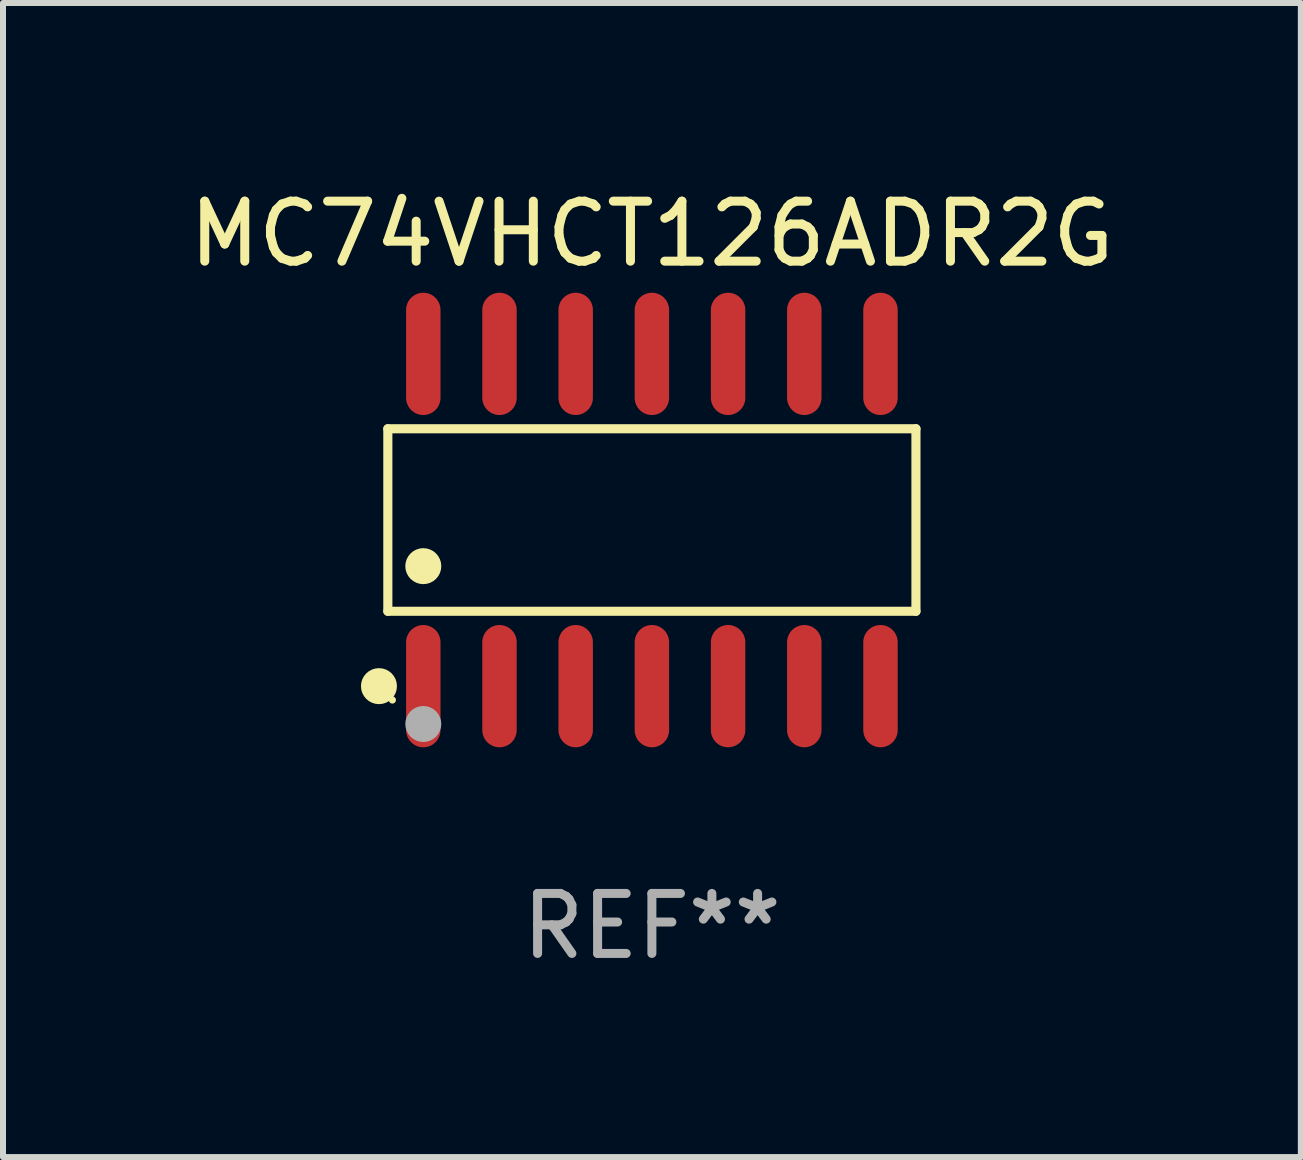
<source format=kicad_pcb>
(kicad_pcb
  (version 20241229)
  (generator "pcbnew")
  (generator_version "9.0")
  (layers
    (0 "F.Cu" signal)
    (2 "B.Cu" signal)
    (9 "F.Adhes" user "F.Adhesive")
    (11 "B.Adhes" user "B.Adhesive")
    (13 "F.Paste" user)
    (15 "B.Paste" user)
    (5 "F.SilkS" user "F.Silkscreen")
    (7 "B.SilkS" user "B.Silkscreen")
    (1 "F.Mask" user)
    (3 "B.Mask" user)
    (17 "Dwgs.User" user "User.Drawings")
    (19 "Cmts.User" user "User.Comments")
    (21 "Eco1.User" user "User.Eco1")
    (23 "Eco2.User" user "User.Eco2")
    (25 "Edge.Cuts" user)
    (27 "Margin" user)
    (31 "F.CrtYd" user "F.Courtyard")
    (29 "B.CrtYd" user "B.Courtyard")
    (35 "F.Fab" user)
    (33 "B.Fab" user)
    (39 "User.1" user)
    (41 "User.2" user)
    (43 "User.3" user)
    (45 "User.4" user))
  (footprint "MC74VHCT126ADR2G"
    (layer "F.Cu")
    (at 7.815 5.617)
    (property "Reference" "MC74VHCT126ADR2G" (at 0 -4.769 0) (layer "F.SilkS") (effects (font (size 1 1) (thickness 0.15))))
    (attr through_hole)
    (fp_line (start -4.401 -1.521) (end 4.401 -1.521) (stroke (width 0.152) (type solid)) (layer "F.SilkS"))
    (fp_line (start -4.401 1.521) (end -4.401 -1.521) (stroke (width 0.152) (type solid)) (layer "F.SilkS"))
    (fp_line (start 4.401 -1.521) (end 4.401 1.521) (stroke (width 0.152) (type solid)) (layer "F.SilkS"))
    (fp_line (start 4.401 1.521) (end -4.401 1.521) (stroke (width 0.152) (type solid)) (layer "F.SilkS"))
    (fp_circle (center -4.549 2.769) (end -4.399 2.769) (stroke (width 0.3) (type solid)) (fill no) (layer "F.SilkS"))
    (fp_circle (center -4.325 3) (end -4.295 3) (stroke (width 0.06) (type solid)) (fill no) (layer "F.SilkS"))
    (fp_circle (center -3.81 0.769) (end -3.66 0.769) (stroke (width 0.3) (type solid)) (fill no) (layer "F.SilkS"))
    (fp_circle (center -3.81 3.4) (end -3.66 3.4) (stroke (width 0.3) (type solid)) (fill no) (layer "F.Fab"))
    (fp_text user "REF**" (at 0 6.769 0) (layer "F.Fab") (effects (font (size 1 1) (thickness 0.15))))
    (pad "1" smd oval (at -3.81 2.769) (size 0.574 2.038) (layers "F.Cu" "F.Mask" "F.Paste"))
    (pad "2" smd oval (at -2.54 2.769) (size 0.574 2.038) (layers "F.Cu" "F.Mask" "F.Paste"))
    (pad "3" smd oval (at -1.27 2.769) (size 0.574 2.038) (layers "F.Cu" "F.Mask" "F.Paste"))
    (pad "4" smd oval (at 0 2.769) (size 0.574 2.038) (layers "F.Cu" "F.Mask" "F.Paste"))
    (pad "5" smd oval (at 1.27 2.769) (size 0.574 2.038) (layers "F.Cu" "F.Mask" "F.Paste"))
    (pad "6" smd oval (at 2.54 2.769) (size 0.574 2.038) (layers "F.Cu" "F.Mask" "F.Paste"))
    (pad "7" smd oval (at 3.81 2.769) (size 0.574 2.038) (layers "F.Cu" "F.Mask" "F.Paste"))
    (pad "8" smd oval (at 3.81 -2.769) (size 0.574 2.038) (layers "F.Cu" "F.Mask" "F.Paste"))
    (pad "9" smd oval (at 2.54 -2.769) (size 0.574 2.038) (layers "F.Cu" "F.Mask" "F.Paste"))
    (pad "10" smd oval (at 1.27 -2.769) (size 0.574 2.038) (layers "F.Cu" "F.Mask" "F.Paste"))
    (pad "11" smd oval (at 0 -2.769) (size 0.574 2.038) (layers "F.Cu" "F.Mask" "F.Paste"))
    (pad "12" smd oval (at -1.27 -2.769) (size 0.574 2.038) (layers "F.Cu" "F.Mask" "F.Paste"))
    (pad "13" smd oval (at -2.54 -2.769) (size 0.574 2.038) (layers "F.Cu" "F.Mask" "F.Paste"))
    (pad "14" smd oval (at -3.81 -2.769) (size 0.574 2.038) (layers "F.Cu" "F.Mask" "F.Paste")))
  (gr_rect
    (start -3 -3)
    (end 18.631 16.235)
    (stroke (width 0.1) (type default))
    (fill no)
    (layer "Edge.Cuts")))
</source>
